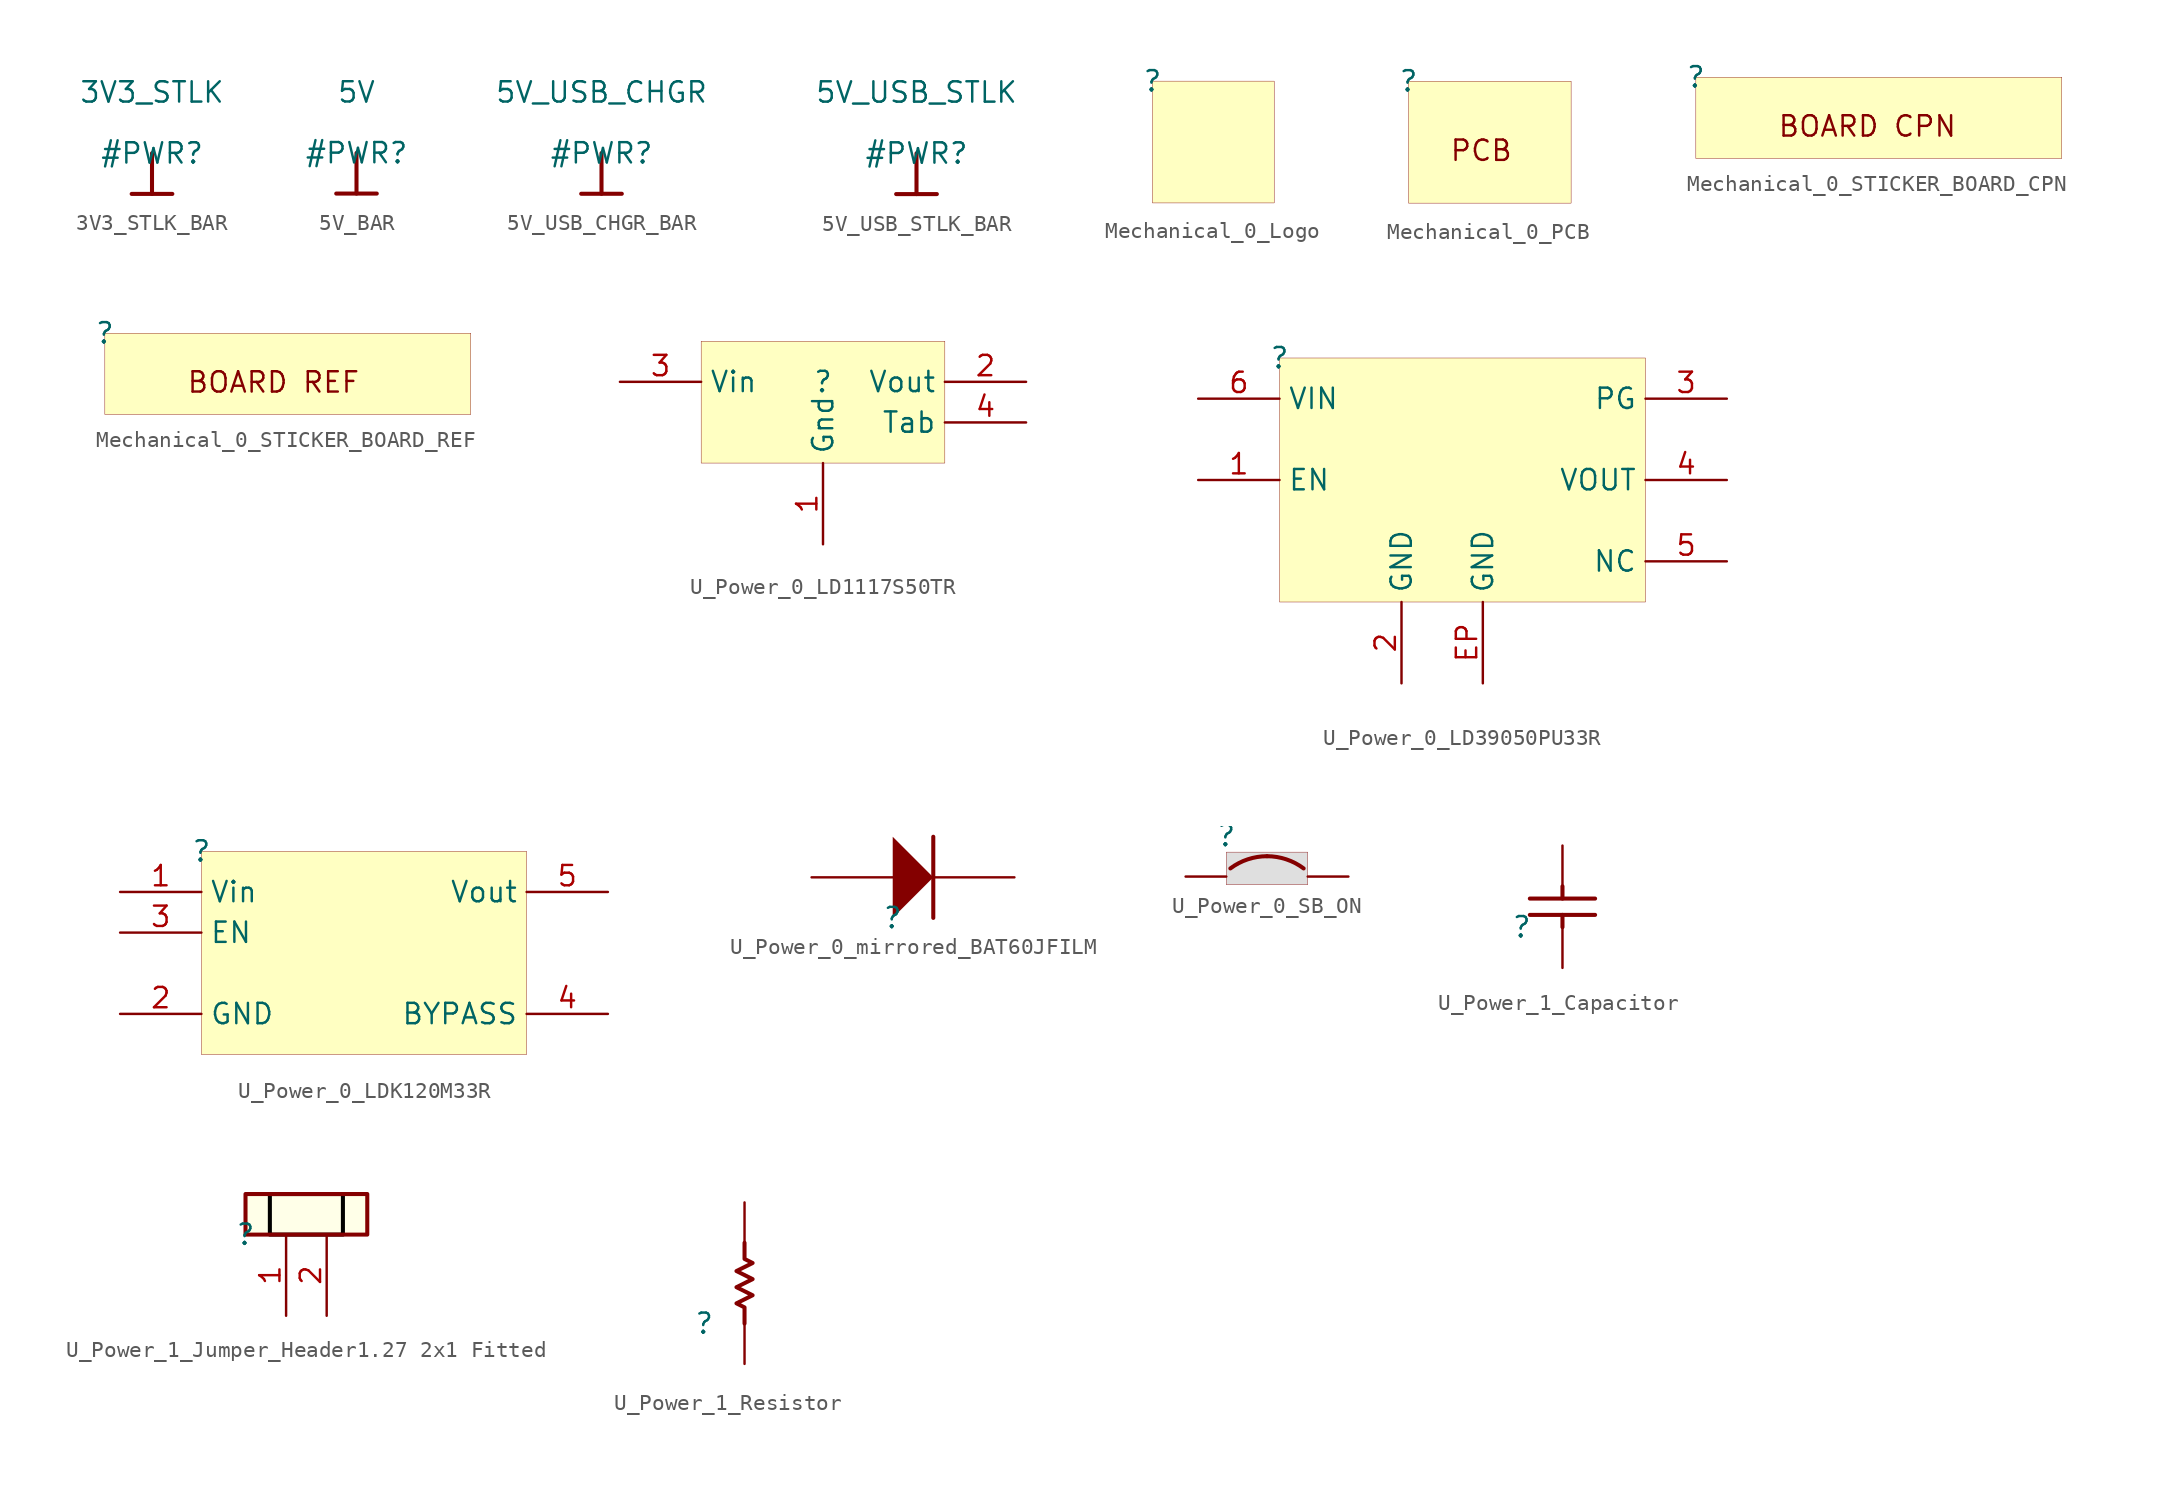
<source format=kicad_sym>
(kicad_symbol_lib
  (version 20231120)
  (generator "kicad_symbol_editor")
  (generator_version "8.0")
  (symbol "3V3_STLK_BAR"
    (power)
    (property "Reference" "#PWR"
      (at 0 0 0)
      (effects (font (size 1.27 1.27))))
    (property "Value" "3V3_STLK"
      (at 0 3.81 0)
      (effects (font (size 1.27 1.27))))
    (symbol "3V3_STLK_BAR_0_0"
      (polyline (pts (xy -1.27 -2.54) (xy 1.27 -2.54)) (stroke (width 0.254) (type solid)) (fill (type none)))
      (polyline (pts (xy 0 0) (xy 0 -2.54)) (stroke (width 0.254) (type solid)) (fill (type none)))
      (pin power_in line (at 0 0 0) (length 0) hide (name "3V3_STLK" (effects (font (size 1.27 1.27)))) (number "" (effects (font (size 1.27 1.27)))))))
  (symbol "5V_BAR"
    (power)
    (property "Reference" "#PWR"
      (at 0 0 0)
      (effects (font (size 1.27 1.27))))
    (property "Value" "5V"
      (at 0 3.81 0)
      (effects (font (size 1.27 1.27))))
    (symbol "5V_BAR_0_0"
      (polyline (pts (xy -1.27 -2.54) (xy 1.27 -2.54)) (stroke (width 0.254) (type solid)) (fill (type none)))
      (polyline (pts (xy 0 0) (xy 0 -2.54)) (stroke (width 0.254) (type solid)) (fill (type none)))
      (pin power_in line (at 0 0 0) (length 0) hide (name "5V" (effects (font (size 1.27 1.27)))) (number "" (effects (font (size 1.27 1.27)))))))
  (symbol "5V_USB_CHGR_BAR"
    (power)
    (property "Reference" "#PWR"
      (at 0 0 0)
      (effects (font (size 1.27 1.27))))
    (property "Value" "5V_USB_CHGR"
      (at 0 3.81 0)
      (effects (font (size 1.27 1.27))))
    (symbol "5V_USB_CHGR_BAR_0_0"
      (polyline (pts (xy -1.27 -2.54) (xy 1.27 -2.54)) (stroke (width 0.254) (type solid)) (fill (type none)))
      (polyline (pts (xy 0 0) (xy 0 -2.54)) (stroke (width 0.254) (type solid)) (fill (type none)))
      (pin power_in line (at 0 0 0) (length 0) hide (name "5V_USB_CHGR" (effects (font (size 1.27 1.27)))) (number "" (effects (font (size 1.27 1.27)))))))
  (symbol "5V_USB_STLK_BAR"
    (power)
    (property "Reference" "#PWR"
      (at 0 0 0)
      (effects (font (size 1.27 1.27))))
    (property "Value" "5V_USB_STLK"
      (at 0 3.81 0)
      (effects (font (size 1.27 1.27))))
    (symbol "5V_USB_STLK_BAR_0_0"
      (polyline (pts (xy -1.27 -2.54) (xy 1.27 -2.54)) (stroke (width 0.254) (type solid)) (fill (type none)))
      (polyline (pts (xy 0 0) (xy 0 -2.54)) (stroke (width 0.254) (type solid)) (fill (type none)))
      (pin power_in line (at 0 0 0) (length 0) hide (name "5V_USB_STLK" (effects (font (size 1.27 1.27)))) (number "" (effects (font (size 1.27 1.27)))))))
  (symbol "Mechanical_0_Logo"
    (property "Reference" ""
      (at 0 0 0)
      (effects (font (size 1.27 1.27))))
    (property "Value" ""
      (at 0 0 0)
      (effects (font (size 1.27 1.27))))
    (symbol "Mechanical_0_Logo_1_0"
      (rectangle (start 7.62 0) (end 0 -7.62) (stroke (width 0.025) (type solid) (color 128 0 0 1)) (fill (type background)))))
  (symbol "Mechanical_0_PCB"
    (property "Reference" ""
      (at 0 0 0)
      (effects (font (size 1.27 1.27))))
    (property "Value" ""
      (at 0 0 0)
      (effects (font (size 1.27 1.27))))
    (symbol "Mechanical_0_PCB_1_0"
      (rectangle (start 10.16 0) (end 0 -7.62) (stroke (width 0.025) (type solid) (color 128 0 0 1)) (fill (type background)))
      (text "PCB" (at 2.54 -5.08 0) (effects (font (size 1.27 1.27)) (justify left bottom)))))
  (symbol "Mechanical_0_STICKER_BOARD_CPN"
    (property "Reference" ""
      (at 0 0 0)
      (effects (font (size 1.27 1.27))))
    (property "Value" ""
      (at 0 0 0)
      (effects (font (size 1.27 1.27))))
    (symbol "Mechanical_0_STICKER_BOARD_CPN_1_0"
      (rectangle (start 22.86 0) (end 0 -5.08) (stroke (width 0.025) (type solid) (color 128 0 0 1)) (fill (type background)))
      (text "" (at 2.54 -5.08 0) (effects (font (size 1.27 1.27)) (justify left bottom)))
      (text "BOARD CPN" (at 5.08 -3.81 0) (effects (font (size 1.27 1.27)) (justify left bottom)))))
  (symbol "Mechanical_0_STICKER_BOARD_REF"
    (property "Reference" ""
      (at 0 0 0)
      (effects (font (size 1.27 1.27))))
    (property "Value" ""
      (at 0 0 0)
      (effects (font (size 1.27 1.27))))
    (symbol "Mechanical_0_STICKER_BOARD_REF_1_0"
      (rectangle (start 22.86 0) (end 0 -5.08) (stroke (width 0.025) (type solid) (color 128 0 0 1)) (fill (type background)))
      (text "" (at 2.54 -5.08 0) (effects (font (size 1.27 1.27)) (justify left bottom)))
      (text "BOARD REF" (at 5.08 -3.81 0) (effects (font (size 1.27 1.27)) (justify left bottom)))))
  (symbol "U_Power_0_LD1117S50TR"
    (property "Reference" ""
      (at 0 0 0)
      (effects (font (size 1.27 1.27))))
    (property "Value" ""
      (at 0 0 0)
      (effects (font (size 1.27 1.27))))
    (symbol "U_Power_0_LD1117S50TR_1_0"
      (rectangle (start 7.62 2.54) (end -7.62 -5.08) (stroke (width 0.025) (type solid) (color 128 0 0 1)) (fill (type background)))
      (pin passive line (at 0 -10.16 90) (length 5.08) (name "Gnd" (effects (font (size 1.27 1.27)))) (number "1" (effects (font (size 1.27 1.27)))))
      (pin passive line (at 12.7 0 180) (length 5.08) (name "Vout" (effects (font (size 1.27 1.27)))) (number "2" (effects (font (size 1.27 1.27)))))
      (pin passive line (at -12.7 0 0) (length 5.08) (name "Vin" (effects (font (size 1.27 1.27)))) (number "3" (effects (font (size 1.27 1.27)))))
      (pin passive line (at 12.7 -2.54 180) (length 5.08) (name "Tab" (effects (font (size 1.27 1.27)))) (number "4" (effects (font (size 1.27 1.27)))))))
  (symbol "U_Power_0_LD39050PU33R"
    (property "Reference" ""
      (at 0 0 0)
      (effects (font (size 1.27 1.27))))
    (property "Value" ""
      (at 0 0 0)
      (effects (font (size 1.27 1.27))))
    (symbol "U_Power_0_LD39050PU33R_1_0"
      (rectangle (start 22.86 0) (end 0 -15.24) (stroke (width 0.025) (type solid) (color 128 0 0 1)) (fill (type background)))
      (pin passive line (at -5.08 -7.62 0) (length 5.08) (name "EN" (effects (font (size 1.27 1.27)))) (number "1" (effects (font (size 1.27 1.27)))))
      (pin passive line (at 7.62 -20.32 90) (length 5.08) (name "GND" (effects (font (size 1.27 1.27)))) (number "2" (effects (font (size 1.27 1.27)))))
      (pin passive line (at 27.94 -2.54 180) (length 5.08) (name "PG" (effects (font (size 1.27 1.27)))) (number "3" (effects (font (size 1.27 1.27)))))
      (pin passive line (at 27.94 -7.62 180) (length 5.08) (name "VOUT" (effects (font (size 1.27 1.27)))) (number "4" (effects (font (size 1.27 1.27)))))
      (pin passive line (at 27.94 -12.7 180) (length 5.08) (name "NC" (effects (font (size 1.27 1.27)))) (number "5" (effects (font (size 1.27 1.27)))))
      (pin passive line (at -5.08 -2.54 0) (length 5.08) (name "VIN" (effects (font (size 1.27 1.27)))) (number "6" (effects (font (size 1.27 1.27)))))
      (pin passive line (at 12.7 -20.32 90) (length 5.08) (name "GND" (effects (font (size 1.27 1.27)))) (number "EP" (effects (font (size 1.27 1.27)))))))
  (symbol "U_Power_0_LDK120M33R"
    (property "Reference" ""
      (at 0 0 0)
      (effects (font (size 1.27 1.27))))
    (property "Value" ""
      (at 0 0 0)
      (effects (font (size 1.27 1.27))))
    (symbol "U_Power_0_LDK120M33R_1_0"
      (rectangle (start 20.32 0) (end 0 -12.7) (stroke (width 0.025) (type solid) (color 128 0 0 1)) (fill (type background)))
      (pin power_in line (at -5.08 -2.54 0) (length 5.08) (name "Vin" (effects (font (size 1.27 1.27)))) (number "1" (effects (font (size 1.27 1.27)))))
      (pin passive line (at -5.08 -10.16 0) (length 5.08) (name "GND" (effects (font (size 1.27 1.27)))) (number "2" (effects (font (size 1.27 1.27)))))
      (pin passive line (at -5.08 -5.08 0) (length 5.08) (name "EN" (effects (font (size 1.27 1.27)))) (number "3" (effects (font (size 1.27 1.27)))))
      (pin passive line (at 25.4 -10.16 180) (length 5.08) (name "BYPASS" (effects (font (size 1.27 1.27)))) (number "4" (effects (font (size 1.27 1.27)))))
      (pin power_in line (at 25.4 -2.54 180) (length 5.08) (name "Vout" (effects (font (size 1.27 1.27)))) (number "5" (effects (font (size 1.27 1.27)))))))
  (symbol "U_Power_0_mirrored_BAT60JFILM"
    (property "Reference" ""
      (at 0 0 0)
      (effects (font (size 1.27 1.27))))
    (property "Value" ""
      (at 0 0 0)
      (effects (font (size 1.27 1.27))))
    (symbol "U_Power_0_mirrored_BAT60JFILM_1_0"
      (polyline (pts (xy 2.54 0) (xy 2.54 5.08)) (stroke (width 0.254) (type solid)) (fill (type none)))
      (polyline (pts (xy 0 5.08) (xy 2.54 2.54) (xy 0 0) (xy 0 5.08)) (stroke (width -0.0001) (type solid)) (fill (type outline)))
      (pin passive line (at -5.08 2.54 0) (length 5.08) (name "A" (effects (font (size 0 0)))) (number "1" (effects (font (size 0 0)))))
      (pin passive line (at 7.62 2.54 180) (length 5.08) (name "K" (effects (font (size 0 0)))) (number "2" (effects (font (size 0 0)))))))
  (symbol "U_Power_0_SB_ON"
    (property "Reference" ""
      (at 0 0 0)
      (effects (font (size 1.27 1.27))))
    (property "Value" ""
      (at 0 0 0)
      (effects (font (size 1.27 1.27))))
    (symbol "U_Power_0_SB_ON_1_0"
      (arc (start 2.54 -1.27) (mid 1.3352 -1.4655) (end 0.254 -2.032) (stroke (width 0.254) (type solid)) (fill (type none)))
      (arc (start 4.826 -2.032) (mid 3.7448 -1.4655) (end 2.54 -1.27) (stroke (width 0.254) (type solid)) (fill (type none)))
      (rectangle (start 5.08 -1.016) (end 0 -3.048) (stroke (width 0.025) (type solid) (color 128 0 0 1)) (fill (type color) (color 192 192 192 0.5)))
      (pin passive line (at -2.54 -2.54 0) (length 2.54) (name "1" (effects (font (size 0 0)))) (number "1" (effects (font (size 0 0)))))
      (pin passive line (at 7.62 -2.54 180) (length 2.54) (name "2" (effects (font (size 0 0)))) (number "2" (effects (font (size 0 0)))))))
  (symbol "U_Power_1_Capacitor"
    (property "Reference" ""
      (at 0 0 0)
      (effects (font (size 1.27 1.27))))
    (property "Value" ""
      (at 0 0 0)
      (effects (font (size 1.27 1.27))))
    (symbol "U_Power_1_Capacitor_1_0"
      (polyline (pts (xy 0.508 1.778) (xy 4.572 1.778)) (stroke (width 0.254) (type solid)) (fill (type none)))
      (polyline (pts (xy 2.54 0) (xy 2.54 0.762)) (stroke (width 0.254) (type solid)) (fill (type none)))
      (polyline (pts (xy 2.54 2.54) (xy 2.54 1.778)) (stroke (width 0.254) (type solid)) (fill (type none)))
      (polyline (pts (xy 4.572 0.762) (xy 0.508 0.762)) (stroke (width 0.254) (type solid)) (fill (type none)))
      (pin passive line (at 2.54 -2.54 90) (length 2.54) (name "1" (effects (font (size 0 0)))) (number "1" (effects (font (size 0 0)))))
      (pin passive line (at 2.54 5.08 270) (length 2.54) (name "2" (effects (font (size 0 0)))) (number "2" (effects (font (size 0 0)))))))
  (symbol "U_Power_1_Jumper_Header1.27 2x1 Fitted"
    (property "Reference" ""
      (at 0 0 0)
      (effects (font (size 1.27 1.27))))
    (property "Value" ""
      (at 0 0 0)
      (effects (font (size 1.27 1.27))))
    (symbol "U_Power_1_Jumper_Header1.27 2x1 Fitted_1_0"
      (rectangle (start 6.096 2.54) (end 1.524 0) (stroke (width 0.254) (type solid) (color 0 0 0 1)) (fill (type color) (color 68 60 62 0.5)))
      (rectangle (start 7.62 2.54) (end 0 0) (stroke (width 0.254) (type solid)) (fill (type color) (color 255 255 232 1)))
      (pin passive line (at 2.54 -5.08 90) (length 5.08) (name "1" (effects (font (size 0 0)))) (number "1" (effects (font (size 1.27 1.27)))))
      (pin passive line (at 5.08 -5.08 90) (length 5.08) (name "2" (effects (font (size 0 0)))) (number "2" (effects (font (size 1.27 1.27)))))))
  (symbol "U_Power_1_Resistor"
    (property "Reference" ""
      (at 0 0 0)
      (effects (font (size 1.27 1.27))))
    (property "Value" ""
      (at 0 0 0)
      (effects (font (size 1.27 1.27))))
    (symbol "U_Power_1_Resistor_1_0"
      (polyline (pts (xy 2.54 5.08) (xy 2.54 4.064) (xy 3.048 3.81) (xy 2.032 3.302) (xy 3.048 2.794) (xy 2.032 2.286) (xy 3.048 1.778) (xy 2.032 1.27) (xy 2.54 1.016) (xy 2.54 0)) (stroke (width 0.254) (type solid)) (fill (type none)))
      (pin passive line (at 2.54 -2.54 90) (length 2.54) (name "1" (effects (font (size 0 0)))) (number "1" (effects (font (size 0 0)))))
      (pin passive line (at 2.54 7.62 270) (length 2.54) (name "2" (effects (font (size 0 0)))) (number "2" (effects (font (size 0 0))))))))
</source>
